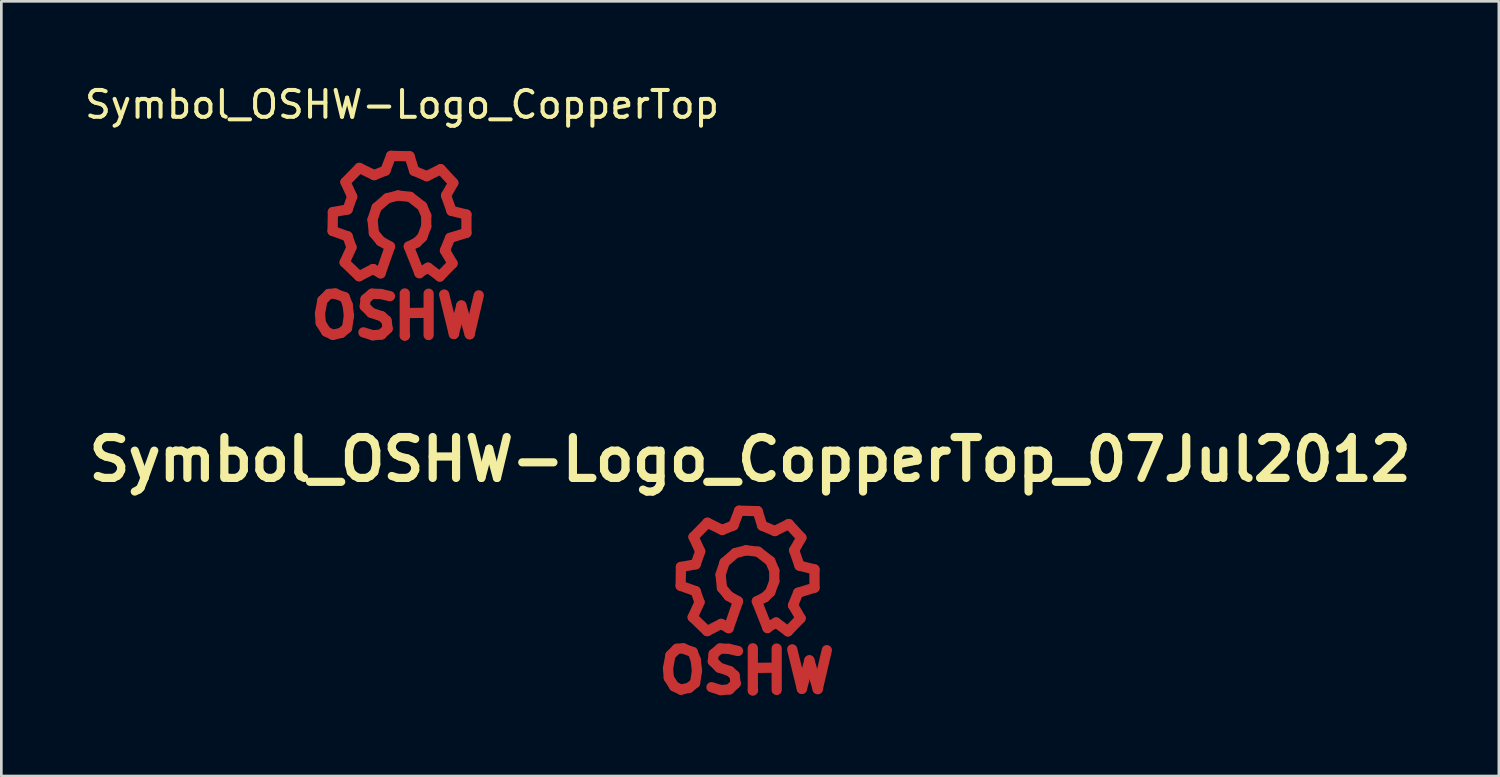
<source format=kicad_pcb>
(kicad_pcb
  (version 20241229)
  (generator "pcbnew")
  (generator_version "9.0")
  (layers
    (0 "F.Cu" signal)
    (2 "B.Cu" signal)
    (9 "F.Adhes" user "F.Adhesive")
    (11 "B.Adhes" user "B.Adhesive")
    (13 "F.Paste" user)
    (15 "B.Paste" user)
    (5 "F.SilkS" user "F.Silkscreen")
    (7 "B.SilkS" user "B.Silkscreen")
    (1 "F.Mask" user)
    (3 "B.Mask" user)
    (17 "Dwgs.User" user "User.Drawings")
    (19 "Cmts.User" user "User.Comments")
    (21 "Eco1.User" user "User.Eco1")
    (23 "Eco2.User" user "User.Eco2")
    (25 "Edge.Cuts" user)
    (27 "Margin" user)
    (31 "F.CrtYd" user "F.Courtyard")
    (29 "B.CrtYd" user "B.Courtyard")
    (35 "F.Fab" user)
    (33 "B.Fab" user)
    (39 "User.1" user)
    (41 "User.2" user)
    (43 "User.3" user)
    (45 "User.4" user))
  (footprint "Symbol_OSHW-Logo_CopperTop_07Jul2012"
    (layer "F.Cu")
    (at 24.807 18.462)
    (property "Reference" "Symbol_OSHW-Logo_CopperTop_07Jul2012" (at 0.099 -4.389 0) (layer "F.SilkS") (effects (font (size 1.524 1.524) (thickness 0.305))))
    (attr through_hole)
    (fp_line (start -2.959 3.401) (end -2.931 3.749) (stroke (width 0.381) (type solid)) (layer "F.Cu"))
    (fp_line (start -2.931 3.749) (end -2.731 4.069) (stroke (width 0.381) (type solid)) (layer "F.Cu"))
    (fp_line (start -2.87 2.911) (end -2.959 3.401) (stroke (width 0.381) (type solid)) (layer "F.Cu"))
    (fp_line (start -2.731 4.069) (end -2.479 4.191) (stroke (width 0.381) (type solid)) (layer "F.Cu"))
    (fp_line (start -2.629 2.67) (end -2.87 2.911) (stroke (width 0.381) (type solid)) (layer "F.Cu"))
    (fp_line (start -2.489 0.32) (end -1.93 0.521) (stroke (width 0.381) (type solid)) (layer "F.Cu"))
    (fp_line (start -2.479 -0.381) (end -2.489 0.32) (stroke (width 0.381) (type solid)) (layer "F.Cu"))
    (fp_line (start -2.479 4.191) (end -2.169 4.12) (stroke (width 0.381) (type solid)) (layer "F.Cu"))
    (fp_line (start -2.38 2.649) (end -2.629 2.67) (stroke (width 0.381) (type solid)) (layer "F.Cu"))
    (fp_line (start -2.169 4.12) (end -1.951 3.94) (stroke (width 0.381) (type solid)) (layer "F.Cu"))
    (fp_line (start -2.04 1.491) (end -1.501 2.009) (stroke (width 0.381) (type solid)) (layer "F.Cu"))
    (fp_line (start -2.04 2.789) (end -2.4 2.659) (stroke (width 0.381) (type solid)) (layer "F.Cu"))
    (fp_line (start -2.009 -1.501) (end -1.76 -0.96) (stroke (width 0.381) (type solid)) (layer "F.Cu"))
    (fp_line (start -1.951 3.94) (end -1.88 3.48) (stroke (width 0.381) (type solid)) (layer "F.Cu"))
    (fp_line (start -1.93 -0.48) (end -2.479 -0.381) (stroke (width 0.381) (type solid)) (layer "F.Cu"))
    (fp_line (start -1.93 0.521) (end -1.791 0.919) (stroke (width 0.381) (type solid)) (layer "F.Cu"))
    (fp_line (start -1.93 3.071) (end -2.04 2.789) (stroke (width 0.381) (type solid)) (layer "F.Cu"))
    (fp_line (start -1.88 3.48) (end -1.93 3.071) (stroke (width 0.381) (type solid)) (layer "F.Cu"))
    (fp_line (start -1.781 0.93) (end -2.04 1.491) (stroke (width 0.381) (type solid)) (layer "F.Cu"))
    (fp_line (start -1.76 -0.96) (end -1.93 -0.48) (stroke (width 0.381) (type solid)) (layer "F.Cu"))
    (fp_line (start -1.501 2.009) (end -0.98 1.74) (stroke (width 0.381) (type solid)) (layer "F.Cu"))
    (fp_line (start -1.491 -2.029) (end -2.009 -1.501) (stroke (width 0.381) (type solid)) (layer "F.Cu"))
    (fp_line (start -1.29 3.129) (end -1.049 3.371) (stroke (width 0.381) (type solid)) (layer "F.Cu"))
    (fp_line (start -1.26 2.86) (end -1.29 3.129) (stroke (width 0.381) (type solid)) (layer "F.Cu"))
    (fp_line (start -1.049 3.371) (end -0.66 3.5) (stroke (width 0.381) (type solid)) (layer "F.Cu"))
    (fp_line (start -1.021 2.659) (end -1.26 2.86) (stroke (width 0.381) (type solid)) (layer "F.Cu"))
    (fp_line (start -1.001 -0.099) (end -0.95 0.399) (stroke (width 0.381) (type solid)) (layer "F.Cu"))
    (fp_line (start -0.991 4.209) (end -1.341 4.1) (stroke (width 0.381) (type solid)) (layer "F.Cu"))
    (fp_line (start -0.98 1.74) (end -0.701 1.9) (stroke (width 0.381) (type solid)) (layer "F.Cu"))
    (fp_line (start -0.95 0.399) (end -0.701 0.701) (stroke (width 0.381) (type solid)) (layer "F.Cu"))
    (fp_line (start -0.94 -1.76) (end -1.491 -2.029) (stroke (width 0.381) (type solid)) (layer "F.Cu"))
    (fp_line (start -0.851 -0.551) (end -1.001 -0.099) (stroke (width 0.381) (type solid)) (layer "F.Cu"))
    (fp_line (start -0.701 0.701) (end -0.351 0.899) (stroke (width 0.381) (type solid)) (layer "F.Cu"))
    (fp_line (start -0.701 2.67) (end -1.021 2.659) (stroke (width 0.381) (type solid)) (layer "F.Cu"))
    (fp_line (start -0.671 4.181) (end -0.991 4.209) (stroke (width 0.381) (type solid)) (layer "F.Cu"))
    (fp_line (start -0.66 3.5) (end -0.48 3.66) (stroke (width 0.381) (type solid)) (layer "F.Cu"))
    (fp_line (start -0.521 -1.93) (end -0.94 -1.76) (stroke (width 0.381) (type solid)) (layer "F.Cu"))
    (fp_line (start -0.48 3.66) (end -0.439 3.96) (stroke (width 0.381) (type solid)) (layer "F.Cu"))
    (fp_line (start -0.45 -0.899) (end -0.851 -0.551) (stroke (width 0.381) (type solid)) (layer "F.Cu"))
    (fp_line (start -0.439 3.96) (end -0.671 4.181) (stroke (width 0.381) (type solid)) (layer "F.Cu"))
    (fp_line (start -0.351 0.899) (end -0.701 1.9) (stroke (width 0.381) (type solid)) (layer "F.Cu"))
    (fp_line (start -0.351 2.751) (end -0.701 2.67) (stroke (width 0.381) (type solid)) (layer "F.Cu"))
    (fp_line (start -0.31 -2.479) (end -0.521 -1.93) (stroke (width 0.381) (type solid)) (layer "F.Cu"))
    (fp_line (start -0.051 -1.001) (end -0.45 -0.899) (stroke (width 0.381) (type solid)) (layer "F.Cu"))
    (fp_line (start 0.201 2.649) (end 0.201 4.219) (stroke (width 0.381) (type solid)) (layer "F.Cu"))
    (fp_line (start 0.201 4.219) (end 0.211 4.209) (stroke (width 0.381) (type solid)) (layer "F.Cu"))
    (fp_line (start 0.249 3.381) (end 1.039 3.371) (stroke (width 0.381) (type solid)) (layer "F.Cu"))
    (fp_line (start 0.351 0.899) (end 0.65 0.749) (stroke (width 0.381) (type solid)) (layer "F.Cu"))
    (fp_line (start 0.351 0.899) (end 0.749 1.9) (stroke (width 0.381) (type solid)) (layer "F.Cu"))
    (fp_line (start 0.381 -2.461) (end -0.31 -2.479) (stroke (width 0.381) (type solid)) (layer "F.Cu"))
    (fp_line (start 0.399 -0.95) (end -0.051 -1.001) (stroke (width 0.381) (type solid)) (layer "F.Cu"))
    (fp_line (start 0.551 -1.92) (end 0.381 -2.461) (stroke (width 0.381) (type solid)) (layer "F.Cu"))
    (fp_line (start 0.65 0.749) (end 0.851 0.551) (stroke (width 0.381) (type solid)) (layer "F.Cu"))
    (fp_line (start 0.739 1.88) (end 1.069 1.689) (stroke (width 0.381) (type solid)) (layer "F.Cu"))
    (fp_line (start 0.851 -0.599) (end 0.399 -0.95) (stroke (width 0.381) (type solid)) (layer "F.Cu"))
    (fp_line (start 0.851 0.551) (end 1.001 0.15) (stroke (width 0.381) (type solid)) (layer "F.Cu"))
    (fp_line (start 1.001 -0.249) (end 0.851 -0.599) (stroke (width 0.381) (type solid)) (layer "F.Cu"))
    (fp_line (start 1.001 0.15) (end 1.001 -0.249) (stroke (width 0.381) (type solid)) (layer "F.Cu"))
    (fp_line (start 1.021 -1.72) (end 0.551 -1.92) (stroke (width 0.381) (type solid)) (layer "F.Cu"))
    (fp_line (start 1.039 3.371) (end 1.049 3.381) (stroke (width 0.381) (type solid)) (layer "F.Cu"))
    (fp_line (start 1.049 3.381) (end 1.049 3.371) (stroke (width 0.381) (type solid)) (layer "F.Cu"))
    (fp_line (start 1.069 1.689) (end 1.509 2.019) (stroke (width 0.381) (type solid)) (layer "F.Cu"))
    (fp_line (start 1.09 2.659) (end 1.09 4.201) (stroke (width 0.381) (type solid)) (layer "F.Cu"))
    (fp_line (start 1.509 2.019) (end 1.981 1.529) (stroke (width 0.381) (type solid)) (layer "F.Cu"))
    (fp_line (start 1.539 -1.981) (end 1.021 -1.72) (stroke (width 0.381) (type solid)) (layer "F.Cu"))
    (fp_line (start 1.669 2.69) (end 2.029 4.161) (stroke (width 0.381) (type solid)) (layer "F.Cu"))
    (fp_line (start 1.699 1.049) (end 1.89 0.579) (stroke (width 0.381) (type solid)) (layer "F.Cu"))
    (fp_line (start 1.74 -1.001) (end 2.009 -1.471) (stroke (width 0.381) (type solid)) (layer "F.Cu"))
    (fp_line (start 1.89 0.579) (end 2.499 0.391) (stroke (width 0.381) (type solid)) (layer "F.Cu"))
    (fp_line (start 1.941 -0.429) (end 1.74 -1.001) (stroke (width 0.381) (type solid)) (layer "F.Cu"))
    (fp_line (start 1.981 1.529) (end 1.699 1.049) (stroke (width 0.381) (type solid)) (layer "F.Cu"))
    (fp_line (start 2.009 -1.471) (end 1.539 -1.981) (stroke (width 0.381) (type solid)) (layer "F.Cu"))
    (fp_line (start 2.029 4.161) (end 2.309 3.099) (stroke (width 0.381) (type solid)) (layer "F.Cu"))
    (fp_line (start 2.309 3.099) (end 2.619 4.171) (stroke (width 0.381) (type solid)) (layer "F.Cu"))
    (fp_line (start 2.499 -0.29) (end 1.941 -0.429) (stroke (width 0.381) (type solid)) (layer "F.Cu"))
    (fp_line (start 2.499 0.391) (end 2.499 -0.29) (stroke (width 0.381) (type solid)) (layer "F.Cu"))
    (fp_line (start 2.619 4.171) (end 2.959 2.72) (stroke (width 0.381) (type solid)) (layer "F.Cu")))
  (footprint "Symbol_OSHW-Logo_CopperTop"
    (layer "F.Cu")
    (at 11.835 5.237)
    (property "Reference" "Symbol_OSHW-Logo_CopperTop" (at 0.099 -4.389 0) (layer "F.SilkS") (effects (font (size 1 1) (thickness 0.15))))
    (attr through_hole)
    (fp_line (start -2.959 3.401) (end -2.931 3.749) (stroke (width 0.381) (type solid)) (layer "F.Cu"))
    (fp_line (start -2.931 3.749) (end -2.731 4.069) (stroke (width 0.381) (type solid)) (layer "F.Cu"))
    (fp_line (start -2.87 2.911) (end -2.959 3.401) (stroke (width 0.381) (type solid)) (layer "F.Cu"))
    (fp_line (start -2.731 4.069) (end -2.479 4.191) (stroke (width 0.381) (type solid)) (layer "F.Cu"))
    (fp_line (start -2.629 2.67) (end -2.87 2.911) (stroke (width 0.381) (type solid)) (layer "F.Cu"))
    (fp_line (start -2.489 0.32) (end -1.93 0.521) (stroke (width 0.381) (type solid)) (layer "F.Cu"))
    (fp_line (start -2.479 -0.381) (end -2.489 0.32) (stroke (width 0.381) (type solid)) (layer "F.Cu"))
    (fp_line (start -2.479 4.191) (end -2.169 4.12) (stroke (width 0.381) (type solid)) (layer "F.Cu"))
    (fp_line (start -2.38 2.649) (end -2.629 2.67) (stroke (width 0.381) (type solid)) (layer "F.Cu"))
    (fp_line (start -2.169 4.12) (end -1.951 3.94) (stroke (width 0.381) (type solid)) (layer "F.Cu"))
    (fp_line (start -2.04 1.491) (end -1.501 2.009) (stroke (width 0.381) (type solid)) (layer "F.Cu"))
    (fp_line (start -2.04 2.789) (end -2.4 2.659) (stroke (width 0.381) (type solid)) (layer "F.Cu"))
    (fp_line (start -2.009 -1.501) (end -1.76 -0.96) (stroke (width 0.381) (type solid)) (layer "F.Cu"))
    (fp_line (start -1.951 3.94) (end -1.88 3.48) (stroke (width 0.381) (type solid)) (layer "F.Cu"))
    (fp_line (start -1.93 -0.48) (end -2.479 -0.381) (stroke (width 0.381) (type solid)) (layer "F.Cu"))
    (fp_line (start -1.93 0.521) (end -1.791 0.919) (stroke (width 0.381) (type solid)) (layer "F.Cu"))
    (fp_line (start -1.93 3.071) (end -2.04 2.789) (stroke (width 0.381) (type solid)) (layer "F.Cu"))
    (fp_line (start -1.88 3.48) (end -1.93 3.071) (stroke (width 0.381) (type solid)) (layer "F.Cu"))
    (fp_line (start -1.781 0.93) (end -2.04 1.491) (stroke (width 0.381) (type solid)) (layer "F.Cu"))
    (fp_line (start -1.76 -0.96) (end -1.93 -0.48) (stroke (width 0.381) (type solid)) (layer "F.Cu"))
    (fp_line (start -1.501 2.009) (end -0.98 1.74) (stroke (width 0.381) (type solid)) (layer "F.Cu"))
    (fp_line (start -1.491 -2.029) (end -2.009 -1.501) (stroke (width 0.381) (type solid)) (layer "F.Cu"))
    (fp_line (start -1.29 3.129) (end -1.049 3.371) (stroke (width 0.381) (type solid)) (layer "F.Cu"))
    (fp_line (start -1.26 2.86) (end -1.29 3.129) (stroke (width 0.381) (type solid)) (layer "F.Cu"))
    (fp_line (start -1.049 3.371) (end -0.66 3.5) (stroke (width 0.381) (type solid)) (layer "F.Cu"))
    (fp_line (start -1.021 2.659) (end -1.26 2.86) (stroke (width 0.381) (type solid)) (layer "F.Cu"))
    (fp_line (start -1.001 -0.099) (end -0.95 0.399) (stroke (width 0.381) (type solid)) (layer "F.Cu"))
    (fp_line (start -0.991 4.209) (end -1.341 4.1) (stroke (width 0.381) (type solid)) (layer "F.Cu"))
    (fp_line (start -0.98 1.74) (end -0.701 1.9) (stroke (width 0.381) (type solid)) (layer "F.Cu"))
    (fp_line (start -0.95 0.399) (end -0.701 0.701) (stroke (width 0.381) (type solid)) (layer "F.Cu"))
    (fp_line (start -0.94 -1.76) (end -1.491 -2.029) (stroke (width 0.381) (type solid)) (layer "F.Cu"))
    (fp_line (start -0.851 -0.551) (end -1.001 -0.099) (stroke (width 0.381) (type solid)) (layer "F.Cu"))
    (fp_line (start -0.701 0.701) (end -0.351 0.899) (stroke (width 0.381) (type solid)) (layer "F.Cu"))
    (fp_line (start -0.701 2.67) (end -1.021 2.659) (stroke (width 0.381) (type solid)) (layer "F.Cu"))
    (fp_line (start -0.671 4.181) (end -0.991 4.209) (stroke (width 0.381) (type solid)) (layer "F.Cu"))
    (fp_line (start -0.66 3.5) (end -0.48 3.66) (stroke (width 0.381) (type solid)) (layer "F.Cu"))
    (fp_line (start -0.521 -1.93) (end -0.94 -1.76) (stroke (width 0.381) (type solid)) (layer "F.Cu"))
    (fp_line (start -0.48 3.66) (end -0.439 3.96) (stroke (width 0.381) (type solid)) (layer "F.Cu"))
    (fp_line (start -0.45 -0.899) (end -0.851 -0.551) (stroke (width 0.381) (type solid)) (layer "F.Cu"))
    (fp_line (start -0.439 3.96) (end -0.671 4.181) (stroke (width 0.381) (type solid)) (layer "F.Cu"))
    (fp_line (start -0.351 0.899) (end -0.701 1.9) (stroke (width 0.381) (type solid)) (layer "F.Cu"))
    (fp_line (start -0.351 2.751) (end -0.701 2.67) (stroke (width 0.381) (type solid)) (layer "F.Cu"))
    (fp_line (start -0.31 -2.479) (end -0.521 -1.93) (stroke (width 0.381) (type solid)) (layer "F.Cu"))
    (fp_line (start -0.051 -1.001) (end -0.45 -0.899) (stroke (width 0.381) (type solid)) (layer "F.Cu"))
    (fp_line (start 0.201 2.649) (end 0.201 4.219) (stroke (width 0.381) (type solid)) (layer "F.Cu"))
    (fp_line (start 0.201 4.219) (end 0.211 4.209) (stroke (width 0.381) (type solid)) (layer "F.Cu"))
    (fp_line (start 0.249 3.381) (end 1.039 3.371) (stroke (width 0.381) (type solid)) (layer "F.Cu"))
    (fp_line (start 0.351 0.899) (end 0.65 0.749) (stroke (width 0.381) (type solid)) (layer "F.Cu"))
    (fp_line (start 0.351 0.899) (end 0.749 1.9) (stroke (width 0.381) (type solid)) (layer "F.Cu"))
    (fp_line (start 0.381 -2.461) (end -0.31 -2.479) (stroke (width 0.381) (type solid)) (layer "F.Cu"))
    (fp_line (start 0.399 -0.95) (end -0.051 -1.001) (stroke (width 0.381) (type solid)) (layer "F.Cu"))
    (fp_line (start 0.551 -1.92) (end 0.381 -2.461) (stroke (width 0.381) (type solid)) (layer "F.Cu"))
    (fp_line (start 0.65 0.749) (end 0.851 0.551) (stroke (width 0.381) (type solid)) (layer "F.Cu"))
    (fp_line (start 0.739 1.88) (end 1.069 1.689) (stroke (width 0.381) (type solid)) (layer "F.Cu"))
    (fp_line (start 0.851 -0.599) (end 0.399 -0.95) (stroke (width 0.381) (type solid)) (layer "F.Cu"))
    (fp_line (start 0.851 0.551) (end 1.001 0.15) (stroke (width 0.381) (type solid)) (layer "F.Cu"))
    (fp_line (start 1.001 -0.249) (end 0.851 -0.599) (stroke (width 0.381) (type solid)) (layer "F.Cu"))
    (fp_line (start 1.001 0.15) (end 1.001 -0.249) (stroke (width 0.381) (type solid)) (layer "F.Cu"))
    (fp_line (start 1.021 -1.72) (end 0.551 -1.92) (stroke (width 0.381) (type solid)) (layer "F.Cu"))
    (fp_line (start 1.039 3.371) (end 1.049 3.381) (stroke (width 0.381) (type solid)) (layer "F.Cu"))
    (fp_line (start 1.049 3.381) (end 1.049 3.371) (stroke (width 0.381) (type solid)) (layer "F.Cu"))
    (fp_line (start 1.069 1.689) (end 1.509 2.019) (stroke (width 0.381) (type solid)) (layer "F.Cu"))
    (fp_line (start 1.09 2.659) (end 1.09 4.201) (stroke (width 0.381) (type solid)) (layer "F.Cu"))
    (fp_line (start 1.509 2.019) (end 1.981 1.529) (stroke (width 0.381) (type solid)) (layer "F.Cu"))
    (fp_line (start 1.539 -1.981) (end 1.021 -1.72) (stroke (width 0.381) (type solid)) (layer "F.Cu"))
    (fp_line (start 1.669 2.69) (end 2.029 4.161) (stroke (width 0.381) (type solid)) (layer "F.Cu"))
    (fp_line (start 1.699 1.049) (end 1.89 0.579) (stroke (width 0.381) (type solid)) (layer "F.Cu"))
    (fp_line (start 1.74 -1.001) (end 2.009 -1.471) (stroke (width 0.381) (type solid)) (layer "F.Cu"))
    (fp_line (start 1.89 0.579) (end 2.499 0.391) (stroke (width 0.381) (type solid)) (layer "F.Cu"))
    (fp_line (start 1.941 -0.429) (end 1.74 -1.001) (stroke (width 0.381) (type solid)) (layer "F.Cu"))
    (fp_line (start 1.981 1.529) (end 1.699 1.049) (stroke (width 0.381) (type solid)) (layer "F.Cu"))
    (fp_line (start 2.009 -1.471) (end 1.539 -1.981) (stroke (width 0.381) (type solid)) (layer "F.Cu"))
    (fp_line (start 2.029 4.161) (end 2.309 3.099) (stroke (width 0.381) (type solid)) (layer "F.Cu"))
    (fp_line (start 2.309 3.099) (end 2.619 4.171) (stroke (width 0.381) (type solid)) (layer "F.Cu"))
    (fp_line (start 2.499 -0.29) (end 1.941 -0.429) (stroke (width 0.381) (type solid)) (layer "F.Cu"))
    (fp_line (start 2.499 0.391) (end 2.499 -0.29) (stroke (width 0.381) (type solid)) (layer "F.Cu"))
    (fp_line (start 2.619 4.171) (end 2.959 2.72) (stroke (width 0.381) (type solid)) (layer "F.Cu")))
  (gr_rect
    (start -3 -3)
    (end 52.813 25.872)
    (stroke (width 0.1) (type default))
    (fill no)
    (layer "Edge.Cuts")))
</source>
